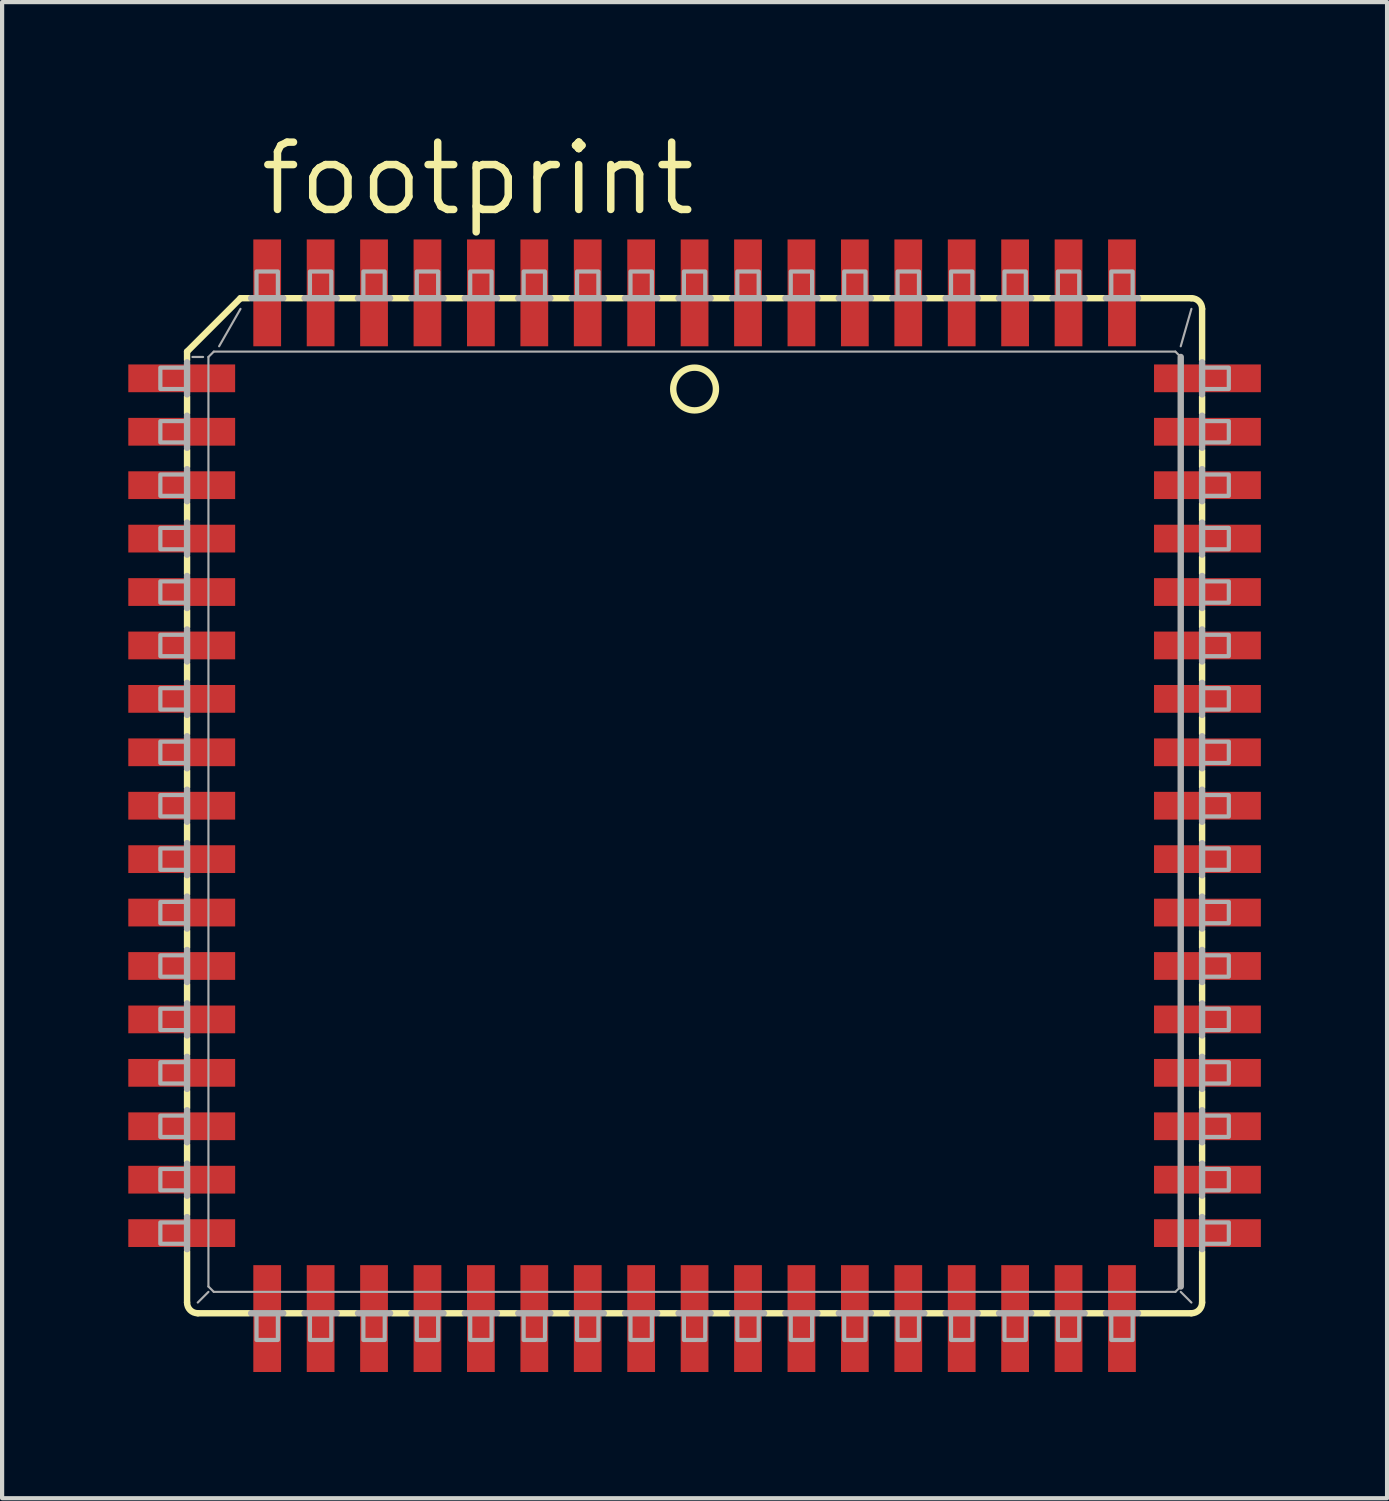
<source format=kicad_pcb>
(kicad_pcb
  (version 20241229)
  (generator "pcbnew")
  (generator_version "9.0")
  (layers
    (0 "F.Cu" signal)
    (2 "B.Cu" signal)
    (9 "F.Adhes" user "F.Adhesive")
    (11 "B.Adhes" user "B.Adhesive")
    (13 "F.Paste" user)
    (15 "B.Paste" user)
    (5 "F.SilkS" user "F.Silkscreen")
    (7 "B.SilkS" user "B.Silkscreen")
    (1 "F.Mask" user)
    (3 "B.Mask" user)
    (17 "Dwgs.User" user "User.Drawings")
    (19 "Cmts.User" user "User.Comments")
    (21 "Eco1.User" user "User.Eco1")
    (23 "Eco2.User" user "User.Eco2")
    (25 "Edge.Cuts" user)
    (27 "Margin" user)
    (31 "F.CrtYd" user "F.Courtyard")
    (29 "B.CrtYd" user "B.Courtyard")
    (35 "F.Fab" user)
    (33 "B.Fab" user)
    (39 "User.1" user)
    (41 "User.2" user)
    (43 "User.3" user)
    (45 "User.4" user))
  (footprint "footprint"
    (layer "F.Cu")
    (at 13.462 16.104)
    (property "Reference" "footprint" (at -10.414 -13.97 0) (layer "F.SilkS") (effects (font (size 1.6 1.6) (thickness 0.178)) (justify left bottom)))
    (fp_line (start -12.065 -10.795) (end -12.065 -10.592) (stroke (width 0.152) (type solid)) (layer "F.SilkS"))
    (fp_line (start -12.065 -10.795) (end -10.795 -12.065) (stroke (width 0.152) (type solid)) (layer "F.SilkS"))
    (fp_line (start -12.065 -9.728) (end -12.065 -9.322) (stroke (width 0.152) (type solid)) (layer "F.SilkS"))
    (fp_line (start -12.065 -8.458) (end -12.065 -8.052) (stroke (width 0.152) (type solid)) (layer "F.SilkS"))
    (fp_line (start -12.065 -7.188) (end -12.065 -6.782) (stroke (width 0.152) (type solid)) (layer "F.SilkS"))
    (fp_line (start -12.065 -5.918) (end -12.065 -5.512) (stroke (width 0.152) (type solid)) (layer "F.SilkS"))
    (fp_line (start -12.065 -4.648) (end -12.065 -4.242) (stroke (width 0.152) (type solid)) (layer "F.SilkS"))
    (fp_line (start -12.065 -3.378) (end -12.065 -2.972) (stroke (width 0.152) (type solid)) (layer "F.SilkS"))
    (fp_line (start -12.065 -1.702) (end -12.065 -2.108) (stroke (width 0.152) (type solid)) (layer "F.SilkS"))
    (fp_line (start -12.065 -0.838) (end -12.065 -0.432) (stroke (width 0.152) (type solid)) (layer "F.SilkS"))
    (fp_line (start -12.065 0.838) (end -12.065 0.432) (stroke (width 0.152) (type solid)) (layer "F.SilkS"))
    (fp_line (start -12.065 1.702) (end -12.065 2.108) (stroke (width 0.152) (type solid)) (layer "F.SilkS"))
    (fp_line (start -12.065 3.378) (end -12.065 2.972) (stroke (width 0.152) (type solid)) (layer "F.SilkS"))
    (fp_line (start -12.065 4.242) (end -12.065 4.648) (stroke (width 0.152) (type solid)) (layer "F.SilkS"))
    (fp_line (start -12.065 5.918) (end -12.065 5.512) (stroke (width 0.152) (type solid)) (layer "F.SilkS"))
    (fp_line (start -12.065 6.782) (end -12.065 7.188) (stroke (width 0.152) (type solid)) (layer "F.SilkS"))
    (fp_line (start -12.065 8.458) (end -12.065 8.052) (stroke (width 0.152) (type solid)) (layer "F.SilkS"))
    (fp_line (start -12.065 9.322) (end -12.065 9.728) (stroke (width 0.152) (type solid)) (layer "F.SilkS"))
    (fp_line (start -12.065 11.811) (end -12.065 10.592) (stroke (width 0.152) (type solid)) (layer "F.SilkS"))
    (fp_line (start -11.811 12.065) (end -10.592 12.065) (stroke (width 0.152) (type solid)) (layer "F.SilkS"))
    (fp_line (start -10.795 -12.065) (end -10.592 -12.065) (stroke (width 0.152) (type solid)) (layer "F.SilkS"))
    (fp_line (start -9.728 12.065) (end -9.322 12.065) (stroke (width 0.152) (type solid)) (layer "F.SilkS"))
    (fp_line (start -9.322 -12.065) (end -9.728 -12.065) (stroke (width 0.152) (type solid)) (layer "F.SilkS"))
    (fp_line (start -8.458 -12.065) (end -8.052 -12.065) (stroke (width 0.152) (type solid)) (layer "F.SilkS"))
    (fp_line (start -8.458 12.065) (end -8.052 12.065) (stroke (width 0.152) (type solid)) (layer "F.SilkS"))
    (fp_line (start -7.188 12.065) (end -6.782 12.065) (stroke (width 0.152) (type solid)) (layer "F.SilkS"))
    (fp_line (start -6.782 -12.065) (end -7.188 -12.065) (stroke (width 0.152) (type solid)) (layer "F.SilkS"))
    (fp_line (start -5.918 -12.065) (end -5.512 -12.065) (stroke (width 0.152) (type solid)) (layer "F.SilkS"))
    (fp_line (start -5.918 12.065) (end -5.512 12.065) (stroke (width 0.152) (type solid)) (layer "F.SilkS"))
    (fp_line (start -4.648 12.065) (end -4.242 12.065) (stroke (width 0.152) (type solid)) (layer "F.SilkS"))
    (fp_line (start -4.242 -12.065) (end -4.648 -12.065) (stroke (width 0.152) (type solid)) (layer "F.SilkS"))
    (fp_line (start -3.378 -12.065) (end -2.972 -12.065) (stroke (width 0.152) (type solid)) (layer "F.SilkS"))
    (fp_line (start -3.378 12.065) (end -2.972 12.065) (stroke (width 0.152) (type solid)) (layer "F.SilkS"))
    (fp_line (start -1.702 -12.065) (end -2.108 -12.065) (stroke (width 0.152) (type solid)) (layer "F.SilkS"))
    (fp_line (start -1.702 12.065) (end -2.108 12.065) (stroke (width 0.152) (type solid)) (layer "F.SilkS"))
    (fp_line (start -0.838 -12.065) (end -0.432 -12.065) (stroke (width 0.152) (type solid)) (layer "F.SilkS"))
    (fp_line (start -0.838 12.065) (end -0.432 12.065) (stroke (width 0.152) (type solid)) (layer "F.SilkS"))
    (fp_line (start 0.838 -12.065) (end 0.432 -12.065) (stroke (width 0.152) (type solid)) (layer "F.SilkS"))
    (fp_line (start 0.838 12.065) (end 0.432 12.065) (stroke (width 0.152) (type solid)) (layer "F.SilkS"))
    (fp_line (start 1.702 -12.065) (end 2.108 -12.065) (stroke (width 0.152) (type solid)) (layer "F.SilkS"))
    (fp_line (start 1.702 12.065) (end 2.108 12.065) (stroke (width 0.152) (type solid)) (layer "F.SilkS"))
    (fp_line (start 3.378 -12.065) (end 2.972 -12.065) (stroke (width 0.152) (type solid)) (layer "F.SilkS"))
    (fp_line (start 3.378 12.065) (end 2.972 12.065) (stroke (width 0.152) (type solid)) (layer "F.SilkS"))
    (fp_line (start 4.242 12.065) (end 4.648 12.065) (stroke (width 0.152) (type solid)) (layer "F.SilkS"))
    (fp_line (start 4.648 -12.065) (end 4.242 -12.065) (stroke (width 0.152) (type solid)) (layer "F.SilkS"))
    (fp_line (start 5.918 -12.065) (end 5.512 -12.065) (stroke (width 0.152) (type solid)) (layer "F.SilkS"))
    (fp_line (start 5.918 12.065) (end 5.512 12.065) (stroke (width 0.152) (type solid)) (layer "F.SilkS"))
    (fp_line (start 6.782 12.065) (end 7.188 12.065) (stroke (width 0.152) (type solid)) (layer "F.SilkS"))
    (fp_line (start 7.188 -12.065) (end 6.782 -12.065) (stroke (width 0.152) (type solid)) (layer "F.SilkS"))
    (fp_line (start 8.458 -12.065) (end 8.052 -12.065) (stroke (width 0.152) (type solid)) (layer "F.SilkS"))
    (fp_line (start 8.458 12.065) (end 8.052 12.065) (stroke (width 0.152) (type solid)) (layer "F.SilkS"))
    (fp_line (start 9.322 12.065) (end 9.728 12.065) (stroke (width 0.152) (type solid)) (layer "F.SilkS"))
    (fp_line (start 9.728 -12.065) (end 9.322 -12.065) (stroke (width 0.152) (type solid)) (layer "F.SilkS"))
    (fp_line (start 11.811 -12.065) (end 10.592 -12.065) (stroke (width 0.152) (type solid)) (layer "F.SilkS"))
    (fp_line (start 11.811 12.065) (end 10.592 12.065) (stroke (width 0.152) (type solid)) (layer "F.SilkS"))
    (fp_line (start 12.065 -11.811) (end 12.065 -10.592) (stroke (width 0.152) (type solid)) (layer "F.SilkS"))
    (fp_line (start 12.065 -9.322) (end 12.065 -9.728) (stroke (width 0.152) (type solid)) (layer "F.SilkS"))
    (fp_line (start 12.065 -8.458) (end 12.065 -8.052) (stroke (width 0.152) (type solid)) (layer "F.SilkS"))
    (fp_line (start 12.065 -6.782) (end 12.065 -7.188) (stroke (width 0.152) (type solid)) (layer "F.SilkS"))
    (fp_line (start 12.065 -5.918) (end 12.065 -5.512) (stroke (width 0.152) (type solid)) (layer "F.SilkS"))
    (fp_line (start 12.065 -4.242) (end 12.065 -4.648) (stroke (width 0.152) (type solid)) (layer "F.SilkS"))
    (fp_line (start 12.065 -3.378) (end 12.065 -2.972) (stroke (width 0.152) (type solid)) (layer "F.SilkS"))
    (fp_line (start 12.065 -1.702) (end 12.065 -2.108) (stroke (width 0.152) (type solid)) (layer "F.SilkS"))
    (fp_line (start 12.065 -0.838) (end 12.065 -0.432) (stroke (width 0.152) (type solid)) (layer "F.SilkS"))
    (fp_line (start 12.065 0.838) (end 12.065 0.432) (stroke (width 0.152) (type solid)) (layer "F.SilkS"))
    (fp_line (start 12.065 1.702) (end 12.065 2.108) (stroke (width 0.152) (type solid)) (layer "F.SilkS"))
    (fp_line (start 12.065 3.378) (end 12.065 2.972) (stroke (width 0.152) (type solid)) (layer "F.SilkS"))
    (fp_line (start 12.065 4.648) (end 12.065 4.242) (stroke (width 0.152) (type solid)) (layer "F.SilkS"))
    (fp_line (start 12.065 5.918) (end 12.065 5.512) (stroke (width 0.152) (type solid)) (layer "F.SilkS"))
    (fp_line (start 12.065 7.188) (end 12.065 6.782) (stroke (width 0.152) (type solid)) (layer "F.SilkS"))
    (fp_line (start 12.065 8.458) (end 12.065 8.052) (stroke (width 0.152) (type solid)) (layer "F.SilkS"))
    (fp_line (start 12.065 9.728) (end 12.065 9.322) (stroke (width 0.152) (type solid)) (layer "F.SilkS"))
    (fp_line (start 12.065 11.811) (end 12.065 10.592) (stroke (width 0.152) (type solid)) (layer "F.SilkS"))
    (fp_arc (start -11.811 12.065) (mid -11.990605 11.990605) (end -12.065 11.811) (stroke (width 0.1524) (type solid)) (layer "F.SilkS"))
    (fp_arc (start 11.811 -12.065) (mid 11.990605 -11.990605) (end 12.065 -11.811) (stroke (width 0.1524) (type solid)) (layer "F.SilkS"))
    (fp_arc (start 12.065 11.811) (mid 11.990605 11.990605) (end 11.811 12.065) (stroke (width 0.1524) (type solid)) (layer "F.SilkS"))
    (fp_circle (center 0 -9.906) (end 0.508 -9.906) (stroke (width 0.152) (type solid)) (fill no) (layer "F.SilkS"))
    (fp_line (start -12.065 -10.541) (end -12.065 -9.779) (stroke (width 0.152) (type solid)) (layer "F.Fab"))
    (fp_line (start -12.065 -9.271) (end -12.065 -8.509) (stroke (width 0.152) (type solid)) (layer "F.Fab"))
    (fp_line (start -12.065 -8.001) (end -12.065 -7.239) (stroke (width 0.152) (type solid)) (layer "F.Fab"))
    (fp_line (start -12.065 -6.731) (end -12.065 -5.969) (stroke (width 0.152) (type solid)) (layer "F.Fab"))
    (fp_line (start -12.065 -5.461) (end -12.065 -4.699) (stroke (width 0.152) (type solid)) (layer "F.Fab"))
    (fp_line (start -12.065 -4.191) (end -12.065 -3.429) (stroke (width 0.152) (type solid)) (layer "F.Fab"))
    (fp_line (start -12.065 -2.921) (end -12.065 -2.159) (stroke (width 0.152) (type solid)) (layer "F.Fab"))
    (fp_line (start -12.065 -1.651) (end -12.065 -0.889) (stroke (width 0.152) (type solid)) (layer "F.Fab"))
    (fp_line (start -12.065 -0.381) (end -12.065 0.381) (stroke (width 0.152) (type solid)) (layer "F.Fab"))
    (fp_line (start -12.065 0.889) (end -12.065 1.651) (stroke (width 0.152) (type solid)) (layer "F.Fab"))
    (fp_line (start -12.065 2.159) (end -12.065 2.921) (stroke (width 0.152) (type solid)) (layer "F.Fab"))
    (fp_line (start -12.065 3.429) (end -12.065 4.191) (stroke (width 0.152) (type solid)) (layer "F.Fab"))
    (fp_line (start -12.065 4.699) (end -12.065 5.461) (stroke (width 0.152) (type solid)) (layer "F.Fab"))
    (fp_line (start -12.065 5.969) (end -12.065 6.731) (stroke (width 0.152) (type solid)) (layer "F.Fab"))
    (fp_line (start -12.065 7.239) (end -12.065 8.001) (stroke (width 0.152) (type solid)) (layer "F.Fab"))
    (fp_line (start -12.065 8.509) (end -12.065 9.271) (stroke (width 0.152) (type solid)) (layer "F.Fab"))
    (fp_line (start -12.065 9.779) (end -12.065 10.541) (stroke (width 0.152) (type solid)) (layer "F.Fab"))
    (fp_line (start -11.684 -10.668) (end -11.938 -10.668) (stroke (width 0.051) (type solid)) (layer "F.Fab"))
    (fp_line (start -11.557 11.43) (end -11.557 -10.668) (stroke (width 0.051) (type solid)) (layer "F.Fab"))
    (fp_line (start -11.557 11.43) (end -11.43 11.557) (stroke (width 0.051) (type solid)) (layer "F.Fab"))
    (fp_line (start -11.557 11.557) (end -11.811 11.811) (stroke (width 0.051) (type solid)) (layer "F.Fab"))
    (fp_line (start -11.43 -10.795) (end -11.557 -10.668) (stroke (width 0.051) (type solid)) (layer "F.Fab"))
    (fp_line (start -11.43 -10.795) (end 11.43 -10.795) (stroke (width 0.051) (type solid)) (layer "F.Fab"))
    (fp_line (start -11.303 -10.922) (end -10.795 -11.811) (stroke (width 0.051) (type solid)) (layer "F.Fab"))
    (fp_line (start -10.541 12.065) (end -9.779 12.065) (stroke (width 0.152) (type solid)) (layer "F.Fab"))
    (fp_line (start -9.779 -12.065) (end -10.541 -12.065) (stroke (width 0.152) (type solid)) (layer "F.Fab"))
    (fp_line (start -9.271 12.065) (end -8.509 12.065) (stroke (width 0.152) (type solid)) (layer "F.Fab"))
    (fp_line (start -8.509 -12.065) (end -9.271 -12.065) (stroke (width 0.152) (type solid)) (layer "F.Fab"))
    (fp_line (start -8.001 12.065) (end -7.239 12.065) (stroke (width 0.152) (type solid)) (layer "F.Fab"))
    (fp_line (start -7.239 -12.065) (end -8.001 -12.065) (stroke (width 0.152) (type solid)) (layer "F.Fab"))
    (fp_line (start -6.731 12.065) (end -5.969 12.065) (stroke (width 0.152) (type solid)) (layer "F.Fab"))
    (fp_line (start -5.969 -12.065) (end -6.731 -12.065) (stroke (width 0.152) (type solid)) (layer "F.Fab"))
    (fp_line (start -5.461 12.065) (end -4.699 12.065) (stroke (width 0.152) (type solid)) (layer "F.Fab"))
    (fp_line (start -4.699 -12.065) (end -5.461 -12.065) (stroke (width 0.152) (type solid)) (layer "F.Fab"))
    (fp_line (start -4.191 12.065) (end -3.429 12.065) (stroke (width 0.152) (type solid)) (layer "F.Fab"))
    (fp_line (start -3.429 -12.065) (end -4.191 -12.065) (stroke (width 0.152) (type solid)) (layer "F.Fab"))
    (fp_line (start -2.921 12.065) (end -2.159 12.065) (stroke (width 0.152) (type solid)) (layer "F.Fab"))
    (fp_line (start -2.159 -12.065) (end -2.921 -12.065) (stroke (width 0.152) (type solid)) (layer "F.Fab"))
    (fp_line (start -1.651 12.065) (end -0.889 12.065) (stroke (width 0.152) (type solid)) (layer "F.Fab"))
    (fp_line (start -0.889 -12.065) (end -1.651 -12.065) (stroke (width 0.152) (type solid)) (layer "F.Fab"))
    (fp_line (start -0.381 12.065) (end 0.381 12.065) (stroke (width 0.152) (type solid)) (layer "F.Fab"))
    (fp_line (start 0.381 -12.065) (end -0.381 -12.065) (stroke (width 0.152) (type solid)) (layer "F.Fab"))
    (fp_line (start 0.889 12.065) (end 1.651 12.065) (stroke (width 0.152) (type solid)) (layer "F.Fab"))
    (fp_line (start 1.651 -12.065) (end 0.889 -12.065) (stroke (width 0.152) (type solid)) (layer "F.Fab"))
    (fp_line (start 2.159 12.065) (end 2.921 12.065) (stroke (width 0.152) (type solid)) (layer "F.Fab"))
    (fp_line (start 2.921 -12.065) (end 2.159 -12.065) (stroke (width 0.152) (type solid)) (layer "F.Fab"))
    (fp_line (start 3.429 12.065) (end 4.191 12.065) (stroke (width 0.152) (type solid)) (layer "F.Fab"))
    (fp_line (start 4.191 -12.065) (end 3.429 -12.065) (stroke (width 0.152) (type solid)) (layer "F.Fab"))
    (fp_line (start 4.699 12.065) (end 5.461 12.065) (stroke (width 0.152) (type solid)) (layer "F.Fab"))
    (fp_line (start 5.461 -12.065) (end 4.699 -12.065) (stroke (width 0.152) (type solid)) (layer "F.Fab"))
    (fp_line (start 5.969 12.065) (end 6.731 12.065) (stroke (width 0.152) (type solid)) (layer "F.Fab"))
    (fp_line (start 6.731 -12.065) (end 5.969 -12.065) (stroke (width 0.152) (type solid)) (layer "F.Fab"))
    (fp_line (start 7.239 12.065) (end 8.001 12.065) (stroke (width 0.152) (type solid)) (layer "F.Fab"))
    (fp_line (start 8.001 -12.065) (end 7.239 -12.065) (stroke (width 0.152) (type solid)) (layer "F.Fab"))
    (fp_line (start 8.509 12.065) (end 9.271 12.065) (stroke (width 0.152) (type solid)) (layer "F.Fab"))
    (fp_line (start 9.271 -12.065) (end 8.509 -12.065) (stroke (width 0.152) (type solid)) (layer "F.Fab"))
    (fp_line (start 9.779 12.065) (end 10.541 12.065) (stroke (width 0.152) (type solid)) (layer "F.Fab"))
    (fp_line (start 10.541 -12.065) (end 9.779 -12.065) (stroke (width 0.152) (type solid)) (layer "F.Fab"))
    (fp_line (start 11.43 11.557) (end -11.43 11.557) (stroke (width 0.051) (type solid)) (layer "F.Fab"))
    (fp_line (start 11.43 11.557) (end 11.557 11.43) (stroke (width 0.051) (type solid)) (layer "F.Fab"))
    (fp_line (start 11.557 -10.668) (end 11.43 -10.795) (stroke (width 0.051) (type solid)) (layer "F.Fab"))
    (fp_line (start 11.557 -10.668) (end 11.557 11.43) (stroke (width 0.152) (type solid)) (layer "F.Fab"))
    (fp_line (start 11.557 11.557) (end 11.811 11.811) (stroke (width 0.051) (type solid)) (layer "F.Fab"))
    (fp_line (start 11.811 -11.811) (end 11.557 -10.922) (stroke (width 0.051) (type solid)) (layer "F.Fab"))
    (fp_line (start 12.065 -9.779) (end 12.065 -10.541) (stroke (width 0.152) (type solid)) (layer "F.Fab"))
    (fp_line (start 12.065 -8.509) (end 12.065 -9.271) (stroke (width 0.152) (type solid)) (layer "F.Fab"))
    (fp_line (start 12.065 -7.239) (end 12.065 -8.001) (stroke (width 0.152) (type solid)) (layer "F.Fab"))
    (fp_line (start 12.065 -5.969) (end 12.065 -6.731) (stroke (width 0.152) (type solid)) (layer "F.Fab"))
    (fp_line (start 12.065 -4.699) (end 12.065 -5.461) (stroke (width 0.152) (type solid)) (layer "F.Fab"))
    (fp_line (start 12.065 -3.429) (end 12.065 -4.191) (stroke (width 0.152) (type solid)) (layer "F.Fab"))
    (fp_line (start 12.065 -2.159) (end 12.065 -2.921) (stroke (width 0.152) (type solid)) (layer "F.Fab"))
    (fp_line (start 12.065 -0.889) (end 12.065 -1.651) (stroke (width 0.152) (type solid)) (layer "F.Fab"))
    (fp_line (start 12.065 0.381) (end 12.065 -0.381) (stroke (width 0.152) (type solid)) (layer "F.Fab"))
    (fp_line (start 12.065 1.651) (end 12.065 0.889) (stroke (width 0.152) (type solid)) (layer "F.Fab"))
    (fp_line (start 12.065 2.921) (end 12.065 2.159) (stroke (width 0.152) (type solid)) (layer "F.Fab"))
    (fp_line (start 12.065 4.191) (end 12.065 3.429) (stroke (width 0.152) (type solid)) (layer "F.Fab"))
    (fp_line (start 12.065 5.461) (end 12.065 4.699) (stroke (width 0.152) (type solid)) (layer "F.Fab"))
    (fp_line (start 12.065 6.731) (end 12.065 5.969) (stroke (width 0.152) (type solid)) (layer "F.Fab"))
    (fp_line (start 12.065 8.001) (end 12.065 7.239) (stroke (width 0.152) (type solid)) (layer "F.Fab"))
    (fp_line (start 12.065 9.271) (end 12.065 8.509) (stroke (width 0.152) (type solid)) (layer "F.Fab"))
    (fp_line (start 12.065 10.541) (end 12.065 9.779) (stroke (width 0.152) (type solid)) (layer "F.Fab"))
    (fp_poly (pts (xy -12.7 -9.906) (xy -12.065 -9.906) (xy -12.065 -10.414) (xy -12.7 -10.414)) (stroke (width 0.1) (type solid)) (fill no) (layer "F.Fab"))
    (fp_poly (pts (xy -12.7 -8.636) (xy -12.065 -8.636) (xy -12.065 -9.144) (xy -12.7 -9.144)) (stroke (width 0.1) (type solid)) (fill no) (layer "F.Fab"))
    (fp_poly (pts (xy -12.7 -7.366) (xy -12.065 -7.366) (xy -12.065 -7.874) (xy -12.7 -7.874)) (stroke (width 0.1) (type solid)) (fill no) (layer "F.Fab"))
    (fp_poly (pts (xy -12.7 -6.096) (xy -12.065 -6.096) (xy -12.065 -6.604) (xy -12.7 -6.604)) (stroke (width 0.1) (type solid)) (fill no) (layer "F.Fab"))
    (fp_poly (pts (xy -12.7 -4.826) (xy -12.065 -4.826) (xy -12.065 -5.334) (xy -12.7 -5.334)) (stroke (width 0.1) (type solid)) (fill no) (layer "F.Fab"))
    (fp_poly (pts (xy -12.7 -3.556) (xy -12.065 -3.556) (xy -12.065 -4.064) (xy -12.7 -4.064)) (stroke (width 0.1) (type solid)) (fill no) (layer "F.Fab"))
    (fp_poly (pts (xy -12.7 -2.286) (xy -12.065 -2.286) (xy -12.065 -2.794) (xy -12.7 -2.794)) (stroke (width 0.1) (type solid)) (fill no) (layer "F.Fab"))
    (fp_poly (pts (xy -12.7 -1.016) (xy -12.065 -1.016) (xy -12.065 -1.524) (xy -12.7 -1.524)) (stroke (width 0.1) (type solid)) (fill no) (layer "F.Fab"))
    (fp_poly (pts (xy -12.7 0.254) (xy -12.065 0.254) (xy -12.065 -0.254) (xy -12.7 -0.254)) (stroke (width 0.1) (type solid)) (fill no) (layer "F.Fab"))
    (fp_poly (pts (xy -12.7 1.524) (xy -12.065 1.524) (xy -12.065 1.016) (xy -12.7 1.016)) (stroke (width 0.1) (type solid)) (fill no) (layer "F.Fab"))
    (fp_poly (pts (xy -12.7 2.794) (xy -12.065 2.794) (xy -12.065 2.286) (xy -12.7 2.286)) (stroke (width 0.1) (type solid)) (fill no) (layer "F.Fab"))
    (fp_poly (pts (xy -12.7 4.064) (xy -12.065 4.064) (xy -12.065 3.556) (xy -12.7 3.556)) (stroke (width 0.1) (type solid)) (fill no) (layer "F.Fab"))
    (fp_poly (pts (xy -12.7 5.334) (xy -12.065 5.334) (xy -12.065 4.826) (xy -12.7 4.826)) (stroke (width 0.1) (type solid)) (fill no) (layer "F.Fab"))
    (fp_poly (pts (xy -12.7 6.604) (xy -12.065 6.604) (xy -12.065 6.096) (xy -12.7 6.096)) (stroke (width 0.1) (type solid)) (fill no) (layer "F.Fab"))
    (fp_poly (pts (xy -12.7 7.874) (xy -12.065 7.874) (xy -12.065 7.366) (xy -12.7 7.366)) (stroke (width 0.1) (type solid)) (fill no) (layer "F.Fab"))
    (fp_poly (pts (xy -12.7 9.144) (xy -12.065 9.144) (xy -12.065 8.636) (xy -12.7 8.636)) (stroke (width 0.1) (type solid)) (fill no) (layer "F.Fab"))
    (fp_poly (pts (xy -12.7 10.414) (xy -12.065 10.414) (xy -12.065 9.906) (xy -12.7 9.906)) (stroke (width 0.1) (type solid)) (fill no) (layer "F.Fab"))
    (fp_poly (pts (xy -10.414 -12.065) (xy -9.906 -12.065) (xy -9.906 -12.7) (xy -10.414 -12.7)) (stroke (width 0.1) (type solid)) (fill no) (layer "F.Fab"))
    (fp_poly (pts (xy -10.414 12.7) (xy -9.906 12.7) (xy -9.906 12.065) (xy -10.414 12.065)) (stroke (width 0.1) (type solid)) (fill no) (layer "F.Fab"))
    (fp_poly (pts (xy -9.144 -12.065) (xy -8.636 -12.065) (xy -8.636 -12.7) (xy -9.144 -12.7)) (stroke (width 0.1) (type solid)) (fill no) (layer "F.Fab"))
    (fp_poly (pts (xy -9.144 12.7) (xy -8.636 12.7) (xy -8.636 12.065) (xy -9.144 12.065)) (stroke (width 0.1) (type solid)) (fill no) (layer "F.Fab"))
    (fp_poly (pts (xy -7.874 -12.065) (xy -7.366 -12.065) (xy -7.366 -12.7) (xy -7.874 -12.7)) (stroke (width 0.1) (type solid)) (fill no) (layer "F.Fab"))
    (fp_poly (pts (xy -7.874 12.7) (xy -7.366 12.7) (xy -7.366 12.065) (xy -7.874 12.065)) (stroke (width 0.1) (type solid)) (fill no) (layer "F.Fab"))
    (fp_poly (pts (xy -6.604 -12.065) (xy -6.096 -12.065) (xy -6.096 -12.7) (xy -6.604 -12.7)) (stroke (width 0.1) (type solid)) (fill no) (layer "F.Fab"))
    (fp_poly (pts (xy -6.604 12.7) (xy -6.096 12.7) (xy -6.096 12.065) (xy -6.604 12.065)) (stroke (width 0.1) (type solid)) (fill no) (layer "F.Fab"))
    (fp_poly (pts (xy -5.334 -12.065) (xy -4.826 -12.065) (xy -4.826 -12.7) (xy -5.334 -12.7)) (stroke (width 0.1) (type solid)) (fill no) (layer "F.Fab"))
    (fp_poly (pts (xy -5.334 12.7) (xy -4.826 12.7) (xy -4.826 12.065) (xy -5.334 12.065)) (stroke (width 0.1) (type solid)) (fill no) (layer "F.Fab"))
    (fp_poly (pts (xy -4.064 -12.065) (xy -3.556 -12.065) (xy -3.556 -12.7) (xy -4.064 -12.7)) (stroke (width 0.1) (type solid)) (fill no) (layer "F.Fab"))
    (fp_poly (pts (xy -4.064 12.7) (xy -3.556 12.7) (xy -3.556 12.065) (xy -4.064 12.065)) (stroke (width 0.1) (type solid)) (fill no) (layer "F.Fab"))
    (fp_poly (pts (xy -2.794 -12.065) (xy -2.286 -12.065) (xy -2.286 -12.7) (xy -2.794 -12.7)) (stroke (width 0.1) (type solid)) (fill no) (layer "F.Fab"))
    (fp_poly (pts (xy -2.794 12.7) (xy -2.286 12.7) (xy -2.286 12.065) (xy -2.794 12.065)) (stroke (width 0.1) (type solid)) (fill no) (layer "F.Fab"))
    (fp_poly (pts (xy -1.524 -12.065) (xy -1.016 -12.065) (xy -1.016 -12.7) (xy -1.524 -12.7)) (stroke (width 0.1) (type solid)) (fill no) (layer "F.Fab"))
    (fp_poly (pts (xy -1.524 12.7) (xy -1.016 12.7) (xy -1.016 12.065) (xy -1.524 12.065)) (stroke (width 0.1) (type solid)) (fill no) (layer "F.Fab"))
    (fp_poly (pts (xy -0.254 -12.065) (xy 0.254 -12.065) (xy 0.254 -12.7) (xy -0.254 -12.7)) (stroke (width 0.1) (type solid)) (fill no) (layer "F.Fab"))
    (fp_poly (pts (xy -0.254 12.7) (xy 0.254 12.7) (xy 0.254 12.065) (xy -0.254 12.065)) (stroke (width 0.1) (type solid)) (fill no) (layer "F.Fab"))
    (fp_poly (pts (xy 1.016 -12.065) (xy 1.524 -12.065) (xy 1.524 -12.7) (xy 1.016 -12.7)) (stroke (width 0.1) (type solid)) (fill no) (layer "F.Fab"))
    (fp_poly (pts (xy 1.016 12.7) (xy 1.524 12.7) (xy 1.524 12.065) (xy 1.016 12.065)) (stroke (width 0.1) (type solid)) (fill no) (layer "F.Fab"))
    (fp_poly (pts (xy 2.286 -12.065) (xy 2.794 -12.065) (xy 2.794 -12.7) (xy 2.286 -12.7)) (stroke (width 0.1) (type solid)) (fill no) (layer "F.Fab"))
    (fp_poly (pts (xy 2.286 12.7) (xy 2.794 12.7) (xy 2.794 12.065) (xy 2.286 12.065)) (stroke (width 0.1) (type solid)) (fill no) (layer "F.Fab"))
    (fp_poly (pts (xy 3.556 -12.065) (xy 4.064 -12.065) (xy 4.064 -12.7) (xy 3.556 -12.7)) (stroke (width 0.1) (type solid)) (fill no) (layer "F.Fab"))
    (fp_poly (pts (xy 3.556 12.7) (xy 4.064 12.7) (xy 4.064 12.065) (xy 3.556 12.065)) (stroke (width 0.1) (type solid)) (fill no) (layer "F.Fab"))
    (fp_poly (pts (xy 4.826 -12.065) (xy 5.334 -12.065) (xy 5.334 -12.7) (xy 4.826 -12.7)) (stroke (width 0.1) (type solid)) (fill no) (layer "F.Fab"))
    (fp_poly (pts (xy 4.826 12.7) (xy 5.334 12.7) (xy 5.334 12.065) (xy 4.826 12.065)) (stroke (width 0.1) (type solid)) (fill no) (layer "F.Fab"))
    (fp_poly (pts (xy 6.096 -12.065) (xy 6.604 -12.065) (xy 6.604 -12.7) (xy 6.096 -12.7)) (stroke (width 0.1) (type solid)) (fill no) (layer "F.Fab"))
    (fp_poly (pts (xy 6.096 12.7) (xy 6.604 12.7) (xy 6.604 12.065) (xy 6.096 12.065)) (stroke (width 0.1) (type solid)) (fill no) (layer "F.Fab"))
    (fp_poly (pts (xy 7.366 -12.065) (xy 7.874 -12.065) (xy 7.874 -12.7) (xy 7.366 -12.7)) (stroke (width 0.1) (type solid)) (fill no) (layer "F.Fab"))
    (fp_poly (pts (xy 7.366 12.7) (xy 7.874 12.7) (xy 7.874 12.065) (xy 7.366 12.065)) (stroke (width 0.1) (type solid)) (fill no) (layer "F.Fab"))
    (fp_poly (pts (xy 8.636 -12.065) (xy 9.144 -12.065) (xy 9.144 -12.7) (xy 8.636 -12.7)) (stroke (width 0.1) (type solid)) (fill no) (layer "F.Fab"))
    (fp_poly (pts (xy 8.636 12.7) (xy 9.144 12.7) (xy 9.144 12.065) (xy 8.636 12.065)) (stroke (width 0.1) (type solid)) (fill no) (layer "F.Fab"))
    (fp_poly (pts (xy 9.906 -12.065) (xy 10.414 -12.065) (xy 10.414 -12.7) (xy 9.906 -12.7)) (stroke (width 0.1) (type solid)) (fill no) (layer "F.Fab"))
    (fp_poly (pts (xy 9.906 12.7) (xy 10.414 12.7) (xy 10.414 12.065) (xy 9.906 12.065)) (stroke (width 0.1) (type solid)) (fill no) (layer "F.Fab"))
    (fp_poly (pts (xy 12.065 -9.906) (xy 12.7 -9.906) (xy 12.7 -10.414) (xy 12.065 -10.414)) (stroke (width 0.1) (type solid)) (fill no) (layer "F.Fab"))
    (fp_poly (pts (xy 12.065 -8.636) (xy 12.7 -8.636) (xy 12.7 -9.144) (xy 12.065 -9.144)) (stroke (width 0.1) (type solid)) (fill no) (layer "F.Fab"))
    (fp_poly (pts (xy 12.065 -7.366) (xy 12.7 -7.366) (xy 12.7 -7.874) (xy 12.065 -7.874)) (stroke (width 0.1) (type solid)) (fill no) (layer "F.Fab"))
    (fp_poly (pts (xy 12.065 -6.096) (xy 12.7 -6.096) (xy 12.7 -6.604) (xy 12.065 -6.604)) (stroke (width 0.1) (type solid)) (fill no) (layer "F.Fab"))
    (fp_poly (pts (xy 12.065 -4.826) (xy 12.7 -4.826) (xy 12.7 -5.334) (xy 12.065 -5.334)) (stroke (width 0.1) (type solid)) (fill no) (layer "F.Fab"))
    (fp_poly (pts (xy 12.065 -3.556) (xy 12.7 -3.556) (xy 12.7 -4.064) (xy 12.065 -4.064)) (stroke (width 0.1) (type solid)) (fill no) (layer "F.Fab"))
    (fp_poly (pts (xy 12.065 -2.286) (xy 12.7 -2.286) (xy 12.7 -2.794) (xy 12.065 -2.794)) (stroke (width 0.1) (type solid)) (fill no) (layer "F.Fab"))
    (fp_poly (pts (xy 12.065 -1.016) (xy 12.7 -1.016) (xy 12.7 -1.524) (xy 12.065 -1.524)) (stroke (width 0.1) (type solid)) (fill no) (layer "F.Fab"))
    (fp_poly (pts (xy 12.065 0.254) (xy 12.7 0.254) (xy 12.7 -0.254) (xy 12.065 -0.254)) (stroke (width 0.1) (type solid)) (fill no) (layer "F.Fab"))
    (fp_poly (pts (xy 12.065 1.524) (xy 12.7 1.524) (xy 12.7 1.016) (xy 12.065 1.016)) (stroke (width 0.1) (type solid)) (fill no) (layer "F.Fab"))
    (fp_poly (pts (xy 12.065 2.794) (xy 12.7 2.794) (xy 12.7 2.286) (xy 12.065 2.286)) (stroke (width 0.1) (type solid)) (fill no) (layer "F.Fab"))
    (fp_poly (pts (xy 12.065 4.064) (xy 12.7 4.064) (xy 12.7 3.556) (xy 12.065 3.556)) (stroke (width 0.1) (type solid)) (fill no) (layer "F.Fab"))
    (fp_poly (pts (xy 12.065 5.334) (xy 12.7 5.334) (xy 12.7 4.826) (xy 12.065 4.826)) (stroke (width 0.1) (type solid)) (fill no) (layer "F.Fab"))
    (fp_poly (pts (xy 12.065 6.604) (xy 12.7 6.604) (xy 12.7 6.096) (xy 12.065 6.096)) (stroke (width 0.1) (type solid)) (fill no) (layer "F.Fab"))
    (fp_poly (pts (xy 12.065 7.874) (xy 12.7 7.874) (xy 12.7 7.366) (xy 12.065 7.366)) (stroke (width 0.1) (type solid)) (fill no) (layer "F.Fab"))
    (fp_poly (pts (xy 12.065 9.144) (xy 12.7 9.144) (xy 12.7 8.636) (xy 12.065 8.636)) (stroke (width 0.1) (type solid)) (fill no) (layer "F.Fab"))
    (fp_poly (pts (xy 12.065 10.414) (xy 12.7 10.414) (xy 12.7 9.906) (xy 12.065 9.906)) (stroke (width 0.1) (type solid)) (fill no) (layer "F.Fab"))
    (pad "1" smd rect (at 0 -12.192) (size 0.66 2.54) (layers "F.Cu" "F.Mask" "F.Paste"))
    (pad "2" smd rect (at -1.27 -12.192) (size 0.66 2.54) (layers "F.Cu" "F.Mask" "F.Paste"))
    (pad "3" smd rect (at -2.54 -12.192) (size 0.66 2.54) (layers "F.Cu" "F.Mask" "F.Paste"))
    (pad "4" smd rect (at -3.81 -12.192) (size 0.66 2.54) (layers "F.Cu" "F.Mask" "F.Paste"))
    (pad "5" smd rect (at -5.08 -12.192) (size 0.66 2.54) (layers "F.Cu" "F.Mask" "F.Paste"))
    (pad "6" smd rect (at -6.35 -12.192) (size 0.66 2.54) (layers "F.Cu" "F.Mask" "F.Paste"))
    (pad "7" smd rect (at -7.62 -12.192) (size 0.66 2.54) (layers "F.Cu" "F.Mask" "F.Paste"))
    (pad "8" smd rect (at -8.89 -12.192) (size 0.66 2.54) (layers "F.Cu" "F.Mask" "F.Paste"))
    (pad "9" smd rect (at -10.16 -12.192) (size 0.66 2.54) (layers "F.Cu" "F.Mask" "F.Paste"))
    (pad "10" smd rect (at -12.192 -10.16) (size 2.54 0.66) (layers "F.Cu" "F.Mask" "F.Paste"))
    (pad "11" smd rect (at -12.192 -8.89) (size 2.54 0.66) (layers "F.Cu" "F.Mask" "F.Paste"))
    (pad "12" smd rect (at -12.192 -7.62) (size 2.54 0.66) (layers "F.Cu" "F.Mask" "F.Paste"))
    (pad "13" smd rect (at -12.192 -6.35) (size 2.54 0.66) (layers "F.Cu" "F.Mask" "F.Paste"))
    (pad "14" smd rect (at -12.192 -5.08) (size 2.54 0.66) (layers "F.Cu" "F.Mask" "F.Paste"))
    (pad "15" smd rect (at -12.192 -3.81) (size 2.54 0.66) (layers "F.Cu" "F.Mask" "F.Paste"))
    (pad "16" smd rect (at -12.192 -2.54) (size 2.54 0.66) (layers "F.Cu" "F.Mask" "F.Paste"))
    (pad "17" smd rect (at -12.192 -1.27) (size 2.54 0.66) (layers "F.Cu" "F.Mask" "F.Paste"))
    (pad "18" smd rect (at -12.192 0) (size 2.54 0.66) (layers "F.Cu" "F.Mask" "F.Paste"))
    (pad "19" smd rect (at -12.192 1.27) (size 2.54 0.66) (layers "F.Cu" "F.Mask" "F.Paste"))
    (pad "20" smd rect (at -12.192 2.54) (size 2.54 0.66) (layers "F.Cu" "F.Mask" "F.Paste"))
    (pad "21" smd rect (at -12.192 3.81) (size 2.54 0.66) (layers "F.Cu" "F.Mask" "F.Paste"))
    (pad "22" smd rect (at -12.192 5.08) (size 2.54 0.66) (layers "F.Cu" "F.Mask" "F.Paste"))
    (pad "23" smd rect (at -12.192 6.35) (size 2.54 0.66) (layers "F.Cu" "F.Mask" "F.Paste"))
    (pad "24" smd rect (at -12.192 7.62) (size 2.54 0.66) (layers "F.Cu" "F.Mask" "F.Paste"))
    (pad "25" smd rect (at -12.192 8.89) (size 2.54 0.66) (layers "F.Cu" "F.Mask" "F.Paste"))
    (pad "26" smd rect (at -12.192 10.16) (size 2.54 0.66) (layers "F.Cu" "F.Mask" "F.Paste"))
    (pad "27" smd rect (at -10.16 12.192) (size 0.66 2.54) (layers "F.Cu" "F.Mask" "F.Paste"))
    (pad "28" smd rect (at -8.89 12.192) (size 0.66 2.54) (layers "F.Cu" "F.Mask" "F.Paste"))
    (pad "29" smd rect (at -7.62 12.192) (size 0.66 2.54) (layers "F.Cu" "F.Mask" "F.Paste"))
    (pad "30" smd rect (at -6.35 12.192) (size 0.66 2.54) (layers "F.Cu" "F.Mask" "F.Paste"))
    (pad "31" smd rect (at -5.08 12.192) (size 0.66 2.54) (layers "F.Cu" "F.Mask" "F.Paste"))
    (pad "32" smd rect (at -3.81 12.192) (size 0.66 2.54) (layers "F.Cu" "F.Mask" "F.Paste"))
    (pad "33" smd rect (at -2.54 12.192) (size 0.66 2.54) (layers "F.Cu" "F.Mask" "F.Paste"))
    (pad "34" smd rect (at -1.27 12.192) (size 0.66 2.54) (layers "F.Cu" "F.Mask" "F.Paste"))
    (pad "35" smd rect (at 0 12.192) (size 0.66 2.54) (layers "F.Cu" "F.Mask" "F.Paste"))
    (pad "36" smd rect (at 1.27 12.192) (size 0.66 2.54) (layers "F.Cu" "F.Mask" "F.Paste"))
    (pad "37" smd rect (at 2.54 12.192) (size 0.66 2.54) (layers "F.Cu" "F.Mask" "F.Paste"))
    (pad "38" smd rect (at 3.81 12.192) (size 0.66 2.54) (layers "F.Cu" "F.Mask" "F.Paste"))
    (pad "39" smd rect (at 5.08 12.192) (size 0.66 2.54) (layers "F.Cu" "F.Mask" "F.Paste"))
    (pad "40" smd rect (at 6.35 12.192) (size 0.66 2.54) (layers "F.Cu" "F.Mask" "F.Paste"))
    (pad "41" smd rect (at 7.62 12.192) (size 0.66 2.54) (layers "F.Cu" "F.Mask" "F.Paste"))
    (pad "42" smd rect (at 8.89 12.192) (size 0.66 2.54) (layers "F.Cu" "F.Mask" "F.Paste"))
    (pad "43" smd rect (at 10.16 12.192) (size 0.66 2.54) (layers "F.Cu" "F.Mask" "F.Paste"))
    (pad "44" smd rect (at 12.192 10.16) (size 2.54 0.66) (layers "F.Cu" "F.Mask" "F.Paste"))
    (pad "45" smd rect (at 12.192 8.89) (size 2.54 0.66) (layers "F.Cu" "F.Mask" "F.Paste"))
    (pad "46" smd rect (at 12.192 7.62) (size 2.54 0.66) (layers "F.Cu" "F.Mask" "F.Paste"))
    (pad "47" smd rect (at 12.192 6.35) (size 2.54 0.66) (layers "F.Cu" "F.Mask" "F.Paste"))
    (pad "48" smd rect (at 12.192 5.08) (size 2.54 0.66) (layers "F.Cu" "F.Mask" "F.Paste"))
    (pad "49" smd rect (at 12.192 3.81) (size 2.54 0.66) (layers "F.Cu" "F.Mask" "F.Paste"))
    (pad "50" smd rect (at 12.192 2.54) (size 2.54 0.66) (layers "F.Cu" "F.Mask" "F.Paste"))
    (pad "51" smd rect (at 12.192 1.27) (size 2.54 0.66) (layers "F.Cu" "F.Mask" "F.Paste"))
    (pad "52" smd rect (at 12.192 0) (size 2.54 0.66) (layers "F.Cu" "F.Mask" "F.Paste"))
    (pad "53" smd rect (at 12.192 -1.27) (size 2.54 0.66) (layers "F.Cu" "F.Mask" "F.Paste"))
    (pad "54" smd rect (at 12.192 -2.54) (size 2.54 0.66) (layers "F.Cu" "F.Mask" "F.Paste"))
    (pad "55" smd rect (at 12.192 -3.81) (size 2.54 0.66) (layers "F.Cu" "F.Mask" "F.Paste"))
    (pad "56" smd rect (at 12.192 -5.08) (size 2.54 0.66) (layers "F.Cu" "F.Mask" "F.Paste"))
    (pad "57" smd rect (at 12.192 -6.35) (size 2.54 0.66) (layers "F.Cu" "F.Mask" "F.Paste"))
    (pad "58" smd rect (at 12.192 -7.62) (size 2.54 0.66) (layers "F.Cu" "F.Mask" "F.Paste"))
    (pad "59" smd rect (at 12.192 -8.89) (size 2.54 0.66) (layers "F.Cu" "F.Mask" "F.Paste"))
    (pad "60" smd rect (at 12.192 -10.16) (size 2.54 0.66) (layers "F.Cu" "F.Mask" "F.Paste"))
    (pad "61" smd rect (at 10.16 -12.192) (size 0.66 2.54) (layers "F.Cu" "F.Mask" "F.Paste"))
    (pad "62" smd rect (at 8.89 -12.192) (size 0.66 2.54) (layers "F.Cu" "F.Mask" "F.Paste"))
    (pad "63" smd rect (at 7.62 -12.192) (size 0.66 2.54) (layers "F.Cu" "F.Mask" "F.Paste"))
    (pad "64" smd rect (at 6.35 -12.192) (size 0.66 2.54) (layers "F.Cu" "F.Mask" "F.Paste"))
    (pad "65" smd rect (at 5.08 -12.192) (size 0.66 2.54) (layers "F.Cu" "F.Mask" "F.Paste"))
    (pad "66" smd rect (at 3.81 -12.192) (size 0.66 2.54) (layers "F.Cu" "F.Mask" "F.Paste"))
    (pad "67" smd rect (at 2.54 -12.192) (size 0.66 2.54) (layers "F.Cu" "F.Mask" "F.Paste"))
    (pad "68" smd rect (at 1.27 -12.192) (size 0.66 2.54) (layers "F.Cu" "F.Mask" "F.Paste")))
  (gr_rect
    (start -3 -3)
    (end 29.924 32.566)
    (stroke (width 0.1) (type default))
    (fill no)
    (layer "Edge.Cuts")))
</source>
